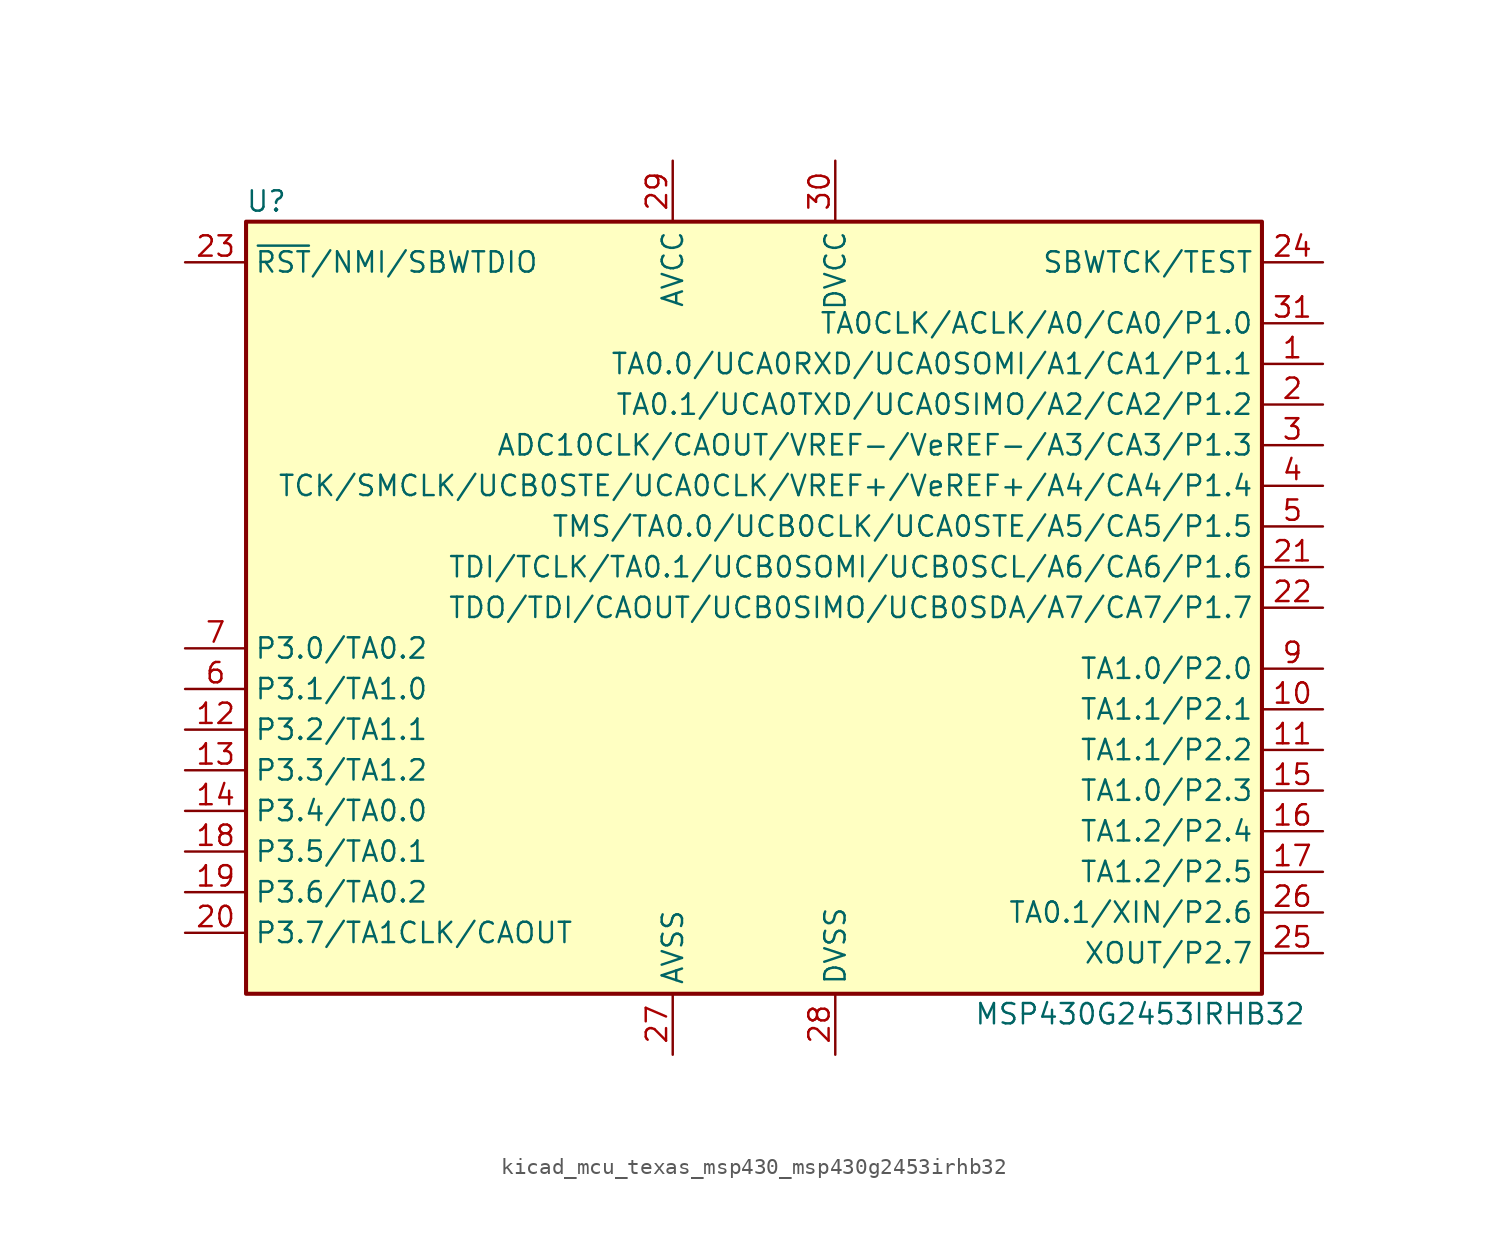
<source format=kicad_sym>
(kicad_symbol_lib
  (version 20220914)
  (generator kicad_symbol_editor)
  (symbol "kicad_mcu_texas_msp430_msp430g2453irhb32"
    (property "Reference" "U"
      (at -30.48 25.4 0)
      (effects (font (size 1.27 1.27))))
    (property "Value" "MSP430G2453IRHB32"
      (at 24.13 -25.4 0)
      (effects (font (size 1.27 1.27))))
    (symbol "kicad_mcu_texas_msp430_msp430g2453irhb32_0_1"
      (rectangle (start -31.75 24.13) (end 31.75 -24.13) (stroke (width 0.254) (type default)) (fill (type background))))
    (symbol "kicad_mcu_texas_msp430_msp430g2453irhb32_1_1"
      (pin bidirectional line (at 35.56 15.24 180) (length 3.81) (name "TA0.0/UCA0RXD/UCA0SOMI/A1/CA1/P1.1" (effects (font (size 1.27 1.27)))) (number "1" (effects (font (size 1.27 1.27)))))
      (pin bidirectional line (at 35.56 -6.35 180) (length 3.81) (name "TA1.1/P2.1" (effects (font (size 1.27 1.27)))) (number "10" (effects (font (size 1.27 1.27)))))
      (pin bidirectional line (at 35.56 -8.89 180) (length 3.81) (name "TA1.1/P2.2" (effects (font (size 1.27 1.27)))) (number "11" (effects (font (size 1.27 1.27)))))
      (pin bidirectional line (at -35.56 -7.62 0) (length 3.81) (name "P3.2/TA1.1" (effects (font (size 1.27 1.27)))) (number "12" (effects (font (size 1.27 1.27)))))
      (pin bidirectional line (at -35.56 -10.16 0) (length 3.81) (name "P3.3/TA1.2" (effects (font (size 1.27 1.27)))) (number "13" (effects (font (size 1.27 1.27)))))
      (pin bidirectional line (at -35.56 -12.7 0) (length 3.81) (name "P3.4/TA0.0" (effects (font (size 1.27 1.27)))) (number "14" (effects (font (size 1.27 1.27)))))
      (pin bidirectional line (at 35.56 -11.43 180) (length 3.81) (name "TA1.0/P2.3" (effects (font (size 1.27 1.27)))) (number "15" (effects (font (size 1.27 1.27)))))
      (pin bidirectional line (at 35.56 -13.97 180) (length 3.81) (name "TA1.2/P2.4" (effects (font (size 1.27 1.27)))) (number "16" (effects (font (size 1.27 1.27)))))
      (pin bidirectional line (at 35.56 -16.51 180) (length 3.81) (name "TA1.2/P2.5" (effects (font (size 1.27 1.27)))) (number "17" (effects (font (size 1.27 1.27)))))
      (pin bidirectional line (at -35.56 -15.24 0) (length 3.81) (name "P3.5/TA0.1" (effects (font (size 1.27 1.27)))) (number "18" (effects (font (size 1.27 1.27)))))
      (pin bidirectional line (at -35.56 -17.78 0) (length 3.81) (name "P3.6/TA0.2" (effects (font (size 1.27 1.27)))) (number "19" (effects (font (size 1.27 1.27)))))
      (pin bidirectional line (at 35.56 12.7 180) (length 3.81) (name "TA0.1/UCA0TXD/UCA0SIMO/A2/CA2/P1.2" (effects (font (size 1.27 1.27)))) (number "2" (effects (font (size 1.27 1.27)))))
      (pin bidirectional line (at -35.56 -20.32 0) (length 3.81) (name "P3.7/TA1CLK/CAOUT" (effects (font (size 1.27 1.27)))) (number "20" (effects (font (size 1.27 1.27)))))
      (pin bidirectional line (at 35.56 2.54 180) (length 3.81) (name "TDI/TCLK/TA0.1/UCB0SOMI/UCB0SCL/A6/CA6/P1.6" (effects (font (size 1.27 1.27)))) (number "21" (effects (font (size 1.27 1.27)))))
      (pin bidirectional line (at 35.56 0 180) (length 3.81) (name "TDO/TDI/CAOUT/UCB0SIMO/UCB0SDA/A7/CA7/P1.7" (effects (font (size 1.27 1.27)))) (number "22" (effects (font (size 1.27 1.27)))))
      (pin input line (at -35.56 21.59 0) (length 3.81) (name "~{RST}/NMI/SBWTDIO" (effects (font (size 1.27 1.27)))) (number "23" (effects (font (size 1.27 1.27)))))
      (pin input line (at 35.56 21.59 180) (length 3.81) (name "SBWTCK/TEST" (effects (font (size 1.27 1.27)))) (number "24" (effects (font (size 1.27 1.27)))))
      (pin bidirectional line (at 35.56 -21.59 180) (length 3.81) (name "XOUT/P2.7" (effects (font (size 1.27 1.27)))) (number "25" (effects (font (size 1.27 1.27)))))
      (pin bidirectional line (at 35.56 -19.05 180) (length 3.81) (name "TA0.1/XIN/P2.6" (effects (font (size 1.27 1.27)))) (number "26" (effects (font (size 1.27 1.27)))))
      (pin power_in line (at -5.08 -27.94 90) (length 3.81) (name "AVSS" (effects (font (size 1.27 1.27)))) (number "27" (effects (font (size 1.27 1.27)))))
      (pin power_in line (at 5.08 -27.94 90) (length 3.81) (name "DVSS" (effects (font (size 1.27 1.27)))) (number "28" (effects (font (size 1.27 1.27)))))
      (pin power_in line (at -5.08 27.94 270) (length 3.81) (name "AVCC" (effects (font (size 1.27 1.27)))) (number "29" (effects (font (size 1.27 1.27)))))
      (pin bidirectional line (at 35.56 10.16 180) (length 3.81) (name "ADC10CLK/CAOUT/VREF-/VeREF-/A3/CA3/P1.3" (effects (font (size 1.27 1.27)))) (number "3" (effects (font (size 1.27 1.27)))))
      (pin power_in line (at 5.08 27.94 270) (length 3.81) (name "DVCC" (effects (font (size 1.27 1.27)))) (number "30" (effects (font (size 1.27 1.27)))))
      (pin bidirectional line (at 35.56 17.78 180) (length 3.81) (name "TA0CLK/ACLK/A0/CA0/P1.0" (effects (font (size 1.27 1.27)))) (number "31" (effects (font (size 1.27 1.27)))))
      (pin bidirectional line (at 35.56 7.62 180) (length 3.81) (name "TCK/SMCLK/UCB0STE/UCA0CLK/VREF+/VeREF+/A4/CA4/P1.4" (effects (font (size 1.27 1.27)))) (number "4" (effects (font (size 1.27 1.27)))))
      (pin bidirectional line (at 35.56 5.08 180) (length 3.81) (name "TMS/TA0.0/UCB0CLK/UCA0STE/A5/CA5/P1.5" (effects (font (size 1.27 1.27)))) (number "5" (effects (font (size 1.27 1.27)))))
      (pin bidirectional line (at -35.56 -5.08 0) (length 3.81) (name "P3.1/TA1.0" (effects (font (size 1.27 1.27)))) (number "6" (effects (font (size 1.27 1.27)))))
      (pin bidirectional line (at -35.56 -2.54 0) (length 3.81) (name "P3.0/TA0.2" (effects (font (size 1.27 1.27)))) (number "7" (effects (font (size 1.27 1.27)))))
      (pin bidirectional line (at 35.56 -3.81 180) (length 3.81) (name "TA1.0/P2.0" (effects (font (size 1.27 1.27)))) (number "9" (effects (font (size 1.27 1.27))))))))
</source>
